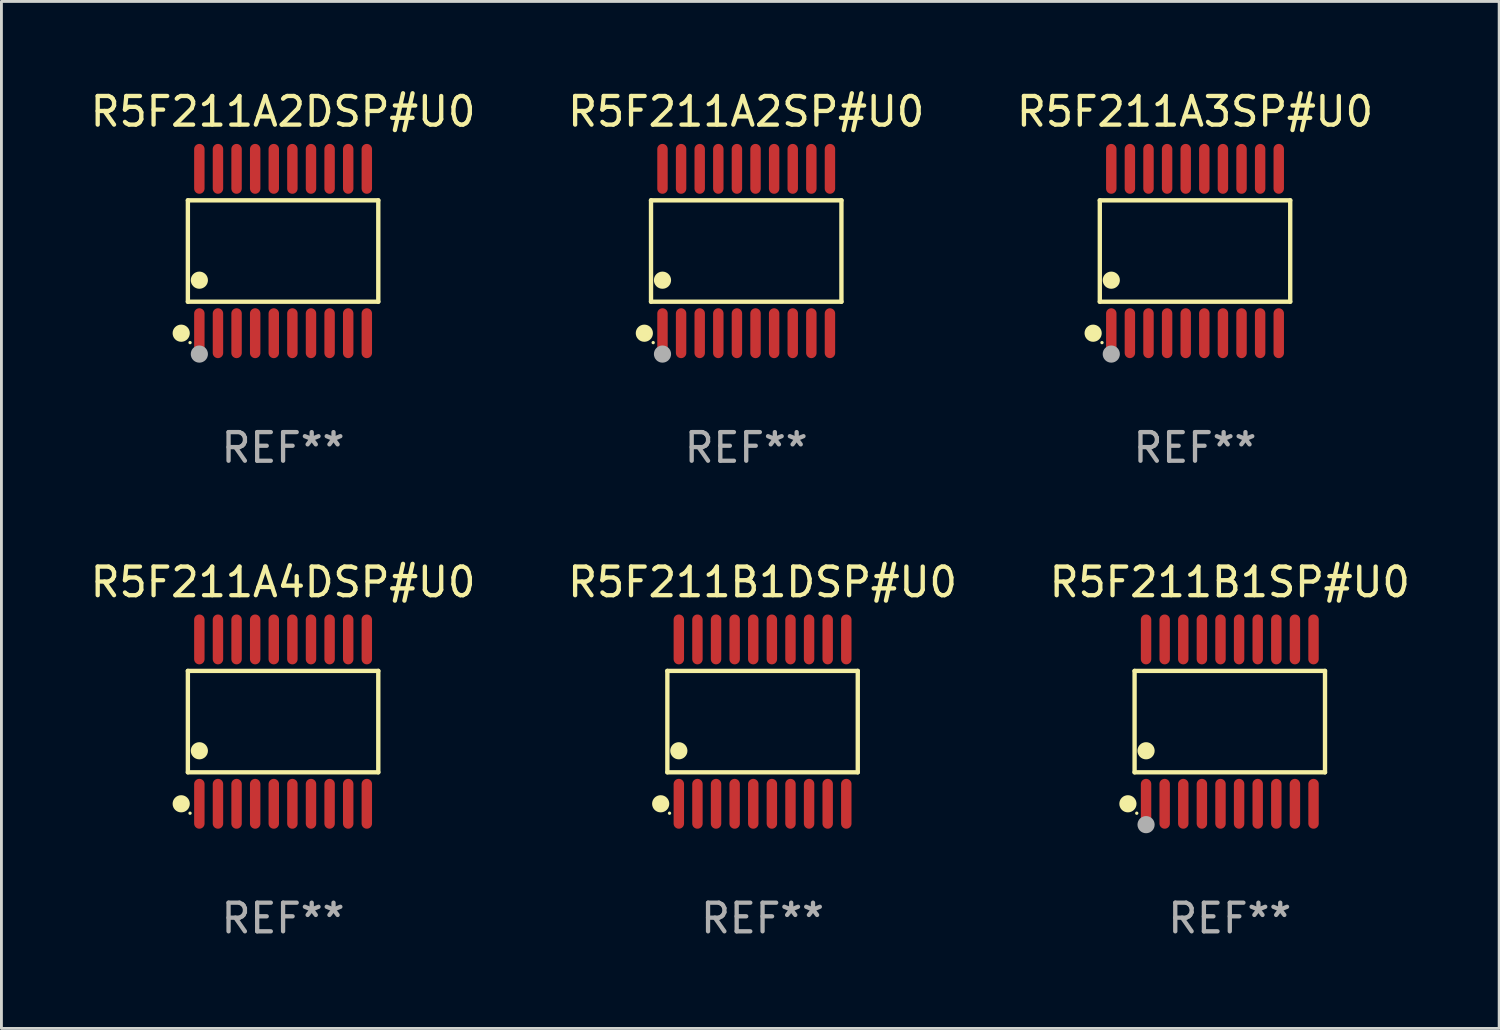
<source format=kicad_pcb>
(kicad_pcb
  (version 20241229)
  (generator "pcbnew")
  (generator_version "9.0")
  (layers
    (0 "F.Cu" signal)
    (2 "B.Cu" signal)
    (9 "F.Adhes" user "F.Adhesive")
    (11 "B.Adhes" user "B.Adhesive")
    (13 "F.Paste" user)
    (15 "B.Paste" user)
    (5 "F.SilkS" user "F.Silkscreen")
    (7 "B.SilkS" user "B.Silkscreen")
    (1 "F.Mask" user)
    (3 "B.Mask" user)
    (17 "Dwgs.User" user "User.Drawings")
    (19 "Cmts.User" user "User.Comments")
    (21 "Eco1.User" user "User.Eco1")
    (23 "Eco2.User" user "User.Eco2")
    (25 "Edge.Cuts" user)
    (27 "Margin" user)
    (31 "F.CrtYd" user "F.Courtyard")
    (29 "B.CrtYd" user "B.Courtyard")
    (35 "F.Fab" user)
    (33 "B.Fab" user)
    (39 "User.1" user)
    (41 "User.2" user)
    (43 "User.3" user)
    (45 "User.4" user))
  (footprint "R5F211A4DSP#U0"
    (layer "F.Cu")
    (at 6.839 22.158)
    (property "Reference" "R5F211A4DSP#U0" (at 0 -4.871 0) (layer "F.SilkS") (effects (font (size 1 1) (thickness 0.15))))
    (attr through_hole)
    (fp_line (start -3.326 -1.771) (end 3.326 -1.771) (stroke (width 0.152) (type solid)) (layer "F.SilkS"))
    (fp_line (start -3.326 1.771) (end -3.326 -1.771) (stroke (width 0.152) (type solid)) (layer "F.SilkS"))
    (fp_line (start 3.326 -1.771) (end 3.326 1.771) (stroke (width 0.152) (type solid)) (layer "F.SilkS"))
    (fp_line (start 3.326 1.771) (end -3.326 1.771) (stroke (width 0.152) (type solid)) (layer "F.SilkS"))
    (fp_circle (center -3.559 2.871) (end -3.409 2.871) (stroke (width 0.3) (type solid)) (fill no) (layer "F.SilkS"))
    (fp_circle (center -3.25 3.2) (end -3.22 3.2) (stroke (width 0.06) (type solid)) (fill no) (layer "F.SilkS"))
    (fp_circle (center -2.925 1.019) (end -2.775 1.019) (stroke (width 0.3) (type solid)) (fill no) (layer "F.SilkS"))
    (fp_text user "REF**" (at 0 6.871 0) (layer "F.Fab") (effects (font (size 1 1) (thickness 0.15))))
    (pad "1" smd oval (at -2.925 2.871) (size 0.364 1.742) (layers "F.Cu" "F.Mask" "F.Paste"))
    (pad "2" smd oval (at -2.275 2.871) (size 0.364 1.742) (layers "F.Cu" "F.Mask" "F.Paste"))
    (pad "3" smd oval (at -1.625 2.871) (size 0.364 1.742) (layers "F.Cu" "F.Mask" "F.Paste"))
    (pad "4" smd oval (at -0.975 2.871) (size 0.364 1.742) (layers "F.Cu" "F.Mask" "F.Paste"))
    (pad "5" smd oval (at -0.325 2.871) (size 0.364 1.742) (layers "F.Cu" "F.Mask" "F.Paste"))
    (pad "6" smd oval (at 0.325 2.871) (size 0.364 1.742) (layers "F.Cu" "F.Mask" "F.Paste"))
    (pad "7" smd oval (at 0.975 2.871) (size 0.364 1.742) (layers "F.Cu" "F.Mask" "F.Paste"))
    (pad "8" smd oval (at 1.625 2.871) (size 0.364 1.742) (layers "F.Cu" "F.Mask" "F.Paste"))
    (pad "9" smd oval (at 2.275 2.871) (size 0.364 1.742) (layers "F.Cu" "F.Mask" "F.Paste"))
    (pad "10" smd oval (at 2.925 2.871) (size 0.364 1.742) (layers "F.Cu" "F.Mask" "F.Paste"))
    (pad "11" smd oval (at 2.925 -2.871) (size 0.364 1.742) (layers "F.Cu" "F.Mask" "F.Paste"))
    (pad "12" smd oval (at 2.275 -2.871) (size 0.364 1.742) (layers "F.Cu" "F.Mask" "F.Paste"))
    (pad "13" smd oval (at 1.625 -2.871) (size 0.364 1.742) (layers "F.Cu" "F.Mask" "F.Paste"))
    (pad "14" smd oval (at 0.975 -2.871) (size 0.364 1.742) (layers "F.Cu" "F.Mask" "F.Paste"))
    (pad "15" smd oval (at 0.325 -2.871) (size 0.364 1.742) (layers "F.Cu" "F.Mask" "F.Paste"))
    (pad "16" smd oval (at -0.325 -2.871) (size 0.364 1.742) (layers "F.Cu" "F.Mask" "F.Paste"))
    (pad "17" smd oval (at -0.975 -2.871) (size 0.364 1.742) (layers "F.Cu" "F.Mask" "F.Paste"))
    (pad "18" smd oval (at -1.625 -2.871) (size 0.364 1.742) (layers "F.Cu" "F.Mask" "F.Paste"))
    (pad "19" smd oval (at -2.275 -2.871) (size 0.364 1.742) (layers "F.Cu" "F.Mask" "F.Paste"))
    (pad "20" smd oval (at -2.925 -2.871) (size 0.364 1.742) (layers "F.Cu" "F.Mask" "F.Paste")))
  (footprint "R5F211B1DSP#U0"
    (layer "F.Cu")
    (at 23.589 22.158)
    (property "Reference" "R5F211B1DSP#U0" (at 0 -4.871 0) (layer "F.SilkS") (effects (font (size 1 1) (thickness 0.15))))
    (attr through_hole)
    (fp_line (start -3.326 -1.771) (end 3.326 -1.771) (stroke (width 0.152) (type solid)) (layer "F.SilkS"))
    (fp_line (start -3.326 1.771) (end -3.326 -1.771) (stroke (width 0.152) (type solid)) (layer "F.SilkS"))
    (fp_line (start 3.326 -1.771) (end 3.326 1.771) (stroke (width 0.152) (type solid)) (layer "F.SilkS"))
    (fp_line (start 3.326 1.771) (end -3.326 1.771) (stroke (width 0.152) (type solid)) (layer "F.SilkS"))
    (fp_circle (center -3.559 2.871) (end -3.409 2.871) (stroke (width 0.3) (type solid)) (fill no) (layer "F.SilkS"))
    (fp_circle (center -3.25 3.2) (end -3.22 3.2) (stroke (width 0.06) (type solid)) (fill no) (layer "F.SilkS"))
    (fp_circle (center -2.925 1.019) (end -2.775 1.019) (stroke (width 0.3) (type solid)) (fill no) (layer "F.SilkS"))
    (fp_text user "REF**" (at 0 6.871 0) (layer "F.Fab") (effects (font (size 1 1) (thickness 0.15))))
    (pad "1" smd oval (at -2.925 2.871) (size 0.364 1.742) (layers "F.Cu" "F.Mask" "F.Paste"))
    (pad "2" smd oval (at -2.275 2.871) (size 0.364 1.742) (layers "F.Cu" "F.Mask" "F.Paste"))
    (pad "3" smd oval (at -1.625 2.871) (size 0.364 1.742) (layers "F.Cu" "F.Mask" "F.Paste"))
    (pad "4" smd oval (at -0.975 2.871) (size 0.364 1.742) (layers "F.Cu" "F.Mask" "F.Paste"))
    (pad "5" smd oval (at -0.325 2.871) (size 0.364 1.742) (layers "F.Cu" "F.Mask" "F.Paste"))
    (pad "6" smd oval (at 0.325 2.871) (size 0.364 1.742) (layers "F.Cu" "F.Mask" "F.Paste"))
    (pad "7" smd oval (at 0.975 2.871) (size 0.364 1.742) (layers "F.Cu" "F.Mask" "F.Paste"))
    (pad "8" smd oval (at 1.625 2.871) (size 0.364 1.742) (layers "F.Cu" "F.Mask" "F.Paste"))
    (pad "9" smd oval (at 2.275 2.871) (size 0.364 1.742) (layers "F.Cu" "F.Mask" "F.Paste"))
    (pad "10" smd oval (at 2.925 2.871) (size 0.364 1.742) (layers "F.Cu" "F.Mask" "F.Paste"))
    (pad "11" smd oval (at 2.925 -2.871) (size 0.364 1.742) (layers "F.Cu" "F.Mask" "F.Paste"))
    (pad "12" smd oval (at 2.275 -2.871) (size 0.364 1.742) (layers "F.Cu" "F.Mask" "F.Paste"))
    (pad "13" smd oval (at 1.625 -2.871) (size 0.364 1.742) (layers "F.Cu" "F.Mask" "F.Paste"))
    (pad "14" smd oval (at 0.975 -2.871) (size 0.364 1.742) (layers "F.Cu" "F.Mask" "F.Paste"))
    (pad "15" smd oval (at 0.325 -2.871) (size 0.364 1.742) (layers "F.Cu" "F.Mask" "F.Paste"))
    (pad "16" smd oval (at -0.325 -2.871) (size 0.364 1.742) (layers "F.Cu" "F.Mask" "F.Paste"))
    (pad "17" smd oval (at -0.975 -2.871) (size 0.364 1.742) (layers "F.Cu" "F.Mask" "F.Paste"))
    (pad "18" smd oval (at -1.625 -2.871) (size 0.364 1.742) (layers "F.Cu" "F.Mask" "F.Paste"))
    (pad "19" smd oval (at -2.275 -2.871) (size 0.364 1.742) (layers "F.Cu" "F.Mask" "F.Paste"))
    (pad "20" smd oval (at -2.925 -2.871) (size 0.364 1.742) (layers "F.Cu" "F.Mask" "F.Paste")))
  (footprint "R5F211B1SP#U0"
    (layer "F.Cu")
    (at 39.911 22.158)
    (property "Reference" "R5F211B1SP#U0" (at 0 -4.871 0) (layer "F.SilkS") (effects (font (size 1 1) (thickness 0.15))))
    (attr through_hole)
    (fp_line (start -3.326 -1.771) (end 3.326 -1.771) (stroke (width 0.152) (type solid)) (layer "F.SilkS"))
    (fp_line (start -3.326 1.771) (end -3.326 -1.771) (stroke (width 0.152) (type solid)) (layer "F.SilkS"))
    (fp_line (start 3.326 -1.771) (end 3.326 1.771) (stroke (width 0.152) (type solid)) (layer "F.SilkS"))
    (fp_line (start 3.326 1.771) (end -3.326 1.771) (stroke (width 0.152) (type solid)) (layer "F.SilkS"))
    (fp_circle (center -3.559 2.871) (end -3.409 2.871) (stroke (width 0.3) (type solid)) (fill no) (layer "F.SilkS"))
    (fp_circle (center -3.25 3.2) (end -3.22 3.2) (stroke (width 0.06) (type solid)) (fill no) (layer "F.SilkS"))
    (fp_circle (center -2.925 1.019) (end -2.775 1.019) (stroke (width 0.3) (type solid)) (fill no) (layer "F.SilkS"))
    (fp_circle (center -2.925 3.6) (end -2.775 3.6) (stroke (width 0.3) (type solid)) (fill no) (layer "F.Fab"))
    (fp_text user "REF**" (at 0 6.871 0) (layer "F.Fab") (effects (font (size 1 1) (thickness 0.15))))
    (pad "1" smd oval (at -2.925 2.871) (size 0.364 1.742) (layers "F.Cu" "F.Mask" "F.Paste"))
    (pad "2" smd oval (at -2.275 2.871) (size 0.364 1.742) (layers "F.Cu" "F.Mask" "F.Paste"))
    (pad "3" smd oval (at -1.625 2.871) (size 0.364 1.742) (layers "F.Cu" "F.Mask" "F.Paste"))
    (pad "4" smd oval (at -0.975 2.871) (size 0.364 1.742) (layers "F.Cu" "F.Mask" "F.Paste"))
    (pad "5" smd oval (at -0.325 2.871) (size 0.364 1.742) (layers "F.Cu" "F.Mask" "F.Paste"))
    (pad "6" smd oval (at 0.325 2.871) (size 0.364 1.742) (layers "F.Cu" "F.Mask" "F.Paste"))
    (pad "7" smd oval (at 0.975 2.871) (size 0.364 1.742) (layers "F.Cu" "F.Mask" "F.Paste"))
    (pad "8" smd oval (at 1.625 2.871) (size 0.364 1.742) (layers "F.Cu" "F.Mask" "F.Paste"))
    (pad "9" smd oval (at 2.275 2.871) (size 0.364 1.742) (layers "F.Cu" "F.Mask" "F.Paste"))
    (pad "10" smd oval (at 2.925 2.871) (size 0.364 1.742) (layers "F.Cu" "F.Mask" "F.Paste"))
    (pad "11" smd oval (at 2.925 -2.871) (size 0.364 1.742) (layers "F.Cu" "F.Mask" "F.Paste"))
    (pad "12" smd oval (at 2.275 -2.871) (size 0.364 1.742) (layers "F.Cu" "F.Mask" "F.Paste"))
    (pad "13" smd oval (at 1.625 -2.871) (size 0.364 1.742) (layers "F.Cu" "F.Mask" "F.Paste"))
    (pad "14" smd oval (at 0.975 -2.871) (size 0.364 1.742) (layers "F.Cu" "F.Mask" "F.Paste"))
    (pad "15" smd oval (at 0.325 -2.871) (size 0.364 1.742) (layers "F.Cu" "F.Mask" "F.Paste"))
    (pad "16" smd oval (at -0.325 -2.871) (size 0.364 1.742) (layers "F.Cu" "F.Mask" "F.Paste"))
    (pad "17" smd oval (at -0.975 -2.871) (size 0.364 1.742) (layers "F.Cu" "F.Mask" "F.Paste"))
    (pad "18" smd oval (at -1.625 -2.871) (size 0.364 1.742) (layers "F.Cu" "F.Mask" "F.Paste"))
    (pad "19" smd oval (at -2.275 -2.871) (size 0.364 1.742) (layers "F.Cu" "F.Mask" "F.Paste"))
    (pad "20" smd oval (at -2.925 -2.871) (size 0.364 1.742) (layers "F.Cu" "F.Mask" "F.Paste")))
  (footprint "R5F211A3SP#U0"
    (layer "F.Cu")
    (at 38.696 5.719)
    (property "Reference" "R5F211A3SP#U0" (at 0 -4.871 0) (layer "F.SilkS") (effects (font (size 1 1) (thickness 0.15))))
    (attr through_hole)
    (fp_line (start -3.326 -1.771) (end 3.326 -1.771) (stroke (width 0.152) (type solid)) (layer "F.SilkS"))
    (fp_line (start -3.326 1.771) (end -3.326 -1.771) (stroke (width 0.152) (type solid)) (layer "F.SilkS"))
    (fp_line (start 3.326 -1.771) (end 3.326 1.771) (stroke (width 0.152) (type solid)) (layer "F.SilkS"))
    (fp_line (start 3.326 1.771) (end -3.326 1.771) (stroke (width 0.152) (type solid)) (layer "F.SilkS"))
    (fp_circle (center -3.559 2.871) (end -3.409 2.871) (stroke (width 0.3) (type solid)) (fill no) (layer "F.SilkS"))
    (fp_circle (center -3.25 3.2) (end -3.22 3.2) (stroke (width 0.06) (type solid)) (fill no) (layer "F.SilkS"))
    (fp_circle (center -2.925 1.019) (end -2.775 1.019) (stroke (width 0.3) (type solid)) (fill no) (layer "F.SilkS"))
    (fp_circle (center -2.925 3.6) (end -2.775 3.6) (stroke (width 0.3) (type solid)) (fill no) (layer "F.Fab"))
    (fp_text user "REF**" (at 0 6.871 0) (layer "F.Fab") (effects (font (size 1 1) (thickness 0.15))))
    (pad "1" smd oval (at -2.925 2.871) (size 0.364 1.742) (layers "F.Cu" "F.Mask" "F.Paste"))
    (pad "2" smd oval (at -2.275 2.871) (size 0.364 1.742) (layers "F.Cu" "F.Mask" "F.Paste"))
    (pad "3" smd oval (at -1.625 2.871) (size 0.364 1.742) (layers "F.Cu" "F.Mask" "F.Paste"))
    (pad "4" smd oval (at -0.975 2.871) (size 0.364 1.742) (layers "F.Cu" "F.Mask" "F.Paste"))
    (pad "5" smd oval (at -0.325 2.871) (size 0.364 1.742) (layers "F.Cu" "F.Mask" "F.Paste"))
    (pad "6" smd oval (at 0.325 2.871) (size 0.364 1.742) (layers "F.Cu" "F.Mask" "F.Paste"))
    (pad "7" smd oval (at 0.975 2.871) (size 0.364 1.742) (layers "F.Cu" "F.Mask" "F.Paste"))
    (pad "8" smd oval (at 1.625 2.871) (size 0.364 1.742) (layers "F.Cu" "F.Mask" "F.Paste"))
    (pad "9" smd oval (at 2.275 2.871) (size 0.364 1.742) (layers "F.Cu" "F.Mask" "F.Paste"))
    (pad "10" smd oval (at 2.925 2.871) (size 0.364 1.742) (layers "F.Cu" "F.Mask" "F.Paste"))
    (pad "11" smd oval (at 2.925 -2.871) (size 0.364 1.742) (layers "F.Cu" "F.Mask" "F.Paste"))
    (pad "12" smd oval (at 2.275 -2.871) (size 0.364 1.742) (layers "F.Cu" "F.Mask" "F.Paste"))
    (pad "13" smd oval (at 1.625 -2.871) (size 0.364 1.742) (layers "F.Cu" "F.Mask" "F.Paste"))
    (pad "14" smd oval (at 0.975 -2.871) (size 0.364 1.742) (layers "F.Cu" "F.Mask" "F.Paste"))
    (pad "15" smd oval (at 0.325 -2.871) (size 0.364 1.742) (layers "F.Cu" "F.Mask" "F.Paste"))
    (pad "16" smd oval (at -0.325 -2.871) (size 0.364 1.742) (layers "F.Cu" "F.Mask" "F.Paste"))
    (pad "17" smd oval (at -0.975 -2.871) (size 0.364 1.742) (layers "F.Cu" "F.Mask" "F.Paste"))
    (pad "18" smd oval (at -1.625 -2.871) (size 0.364 1.742) (layers "F.Cu" "F.Mask" "F.Paste"))
    (pad "19" smd oval (at -2.275 -2.871) (size 0.364 1.742) (layers "F.Cu" "F.Mask" "F.Paste"))
    (pad "20" smd oval (at -2.925 -2.871) (size 0.364 1.742) (layers "F.Cu" "F.Mask" "F.Paste")))
  (footprint "R5F211A2SP#U0"
    (layer "F.Cu")
    (at 23.018 5.719)
    (property "Reference" "R5F211A2SP#U0" (at 0 -4.871 0) (layer "F.SilkS") (effects (font (size 1 1) (thickness 0.15))))
    (attr through_hole)
    (fp_line (start -3.326 -1.771) (end 3.326 -1.771) (stroke (width 0.152) (type solid)) (layer "F.SilkS"))
    (fp_line (start -3.326 1.771) (end -3.326 -1.771) (stroke (width 0.152) (type solid)) (layer "F.SilkS"))
    (fp_line (start 3.326 -1.771) (end 3.326 1.771) (stroke (width 0.152) (type solid)) (layer "F.SilkS"))
    (fp_line (start 3.326 1.771) (end -3.326 1.771) (stroke (width 0.152) (type solid)) (layer "F.SilkS"))
    (fp_circle (center -3.559 2.871) (end -3.409 2.871) (stroke (width 0.3) (type solid)) (fill no) (layer "F.SilkS"))
    (fp_circle (center -3.25 3.2) (end -3.22 3.2) (stroke (width 0.06) (type solid)) (fill no) (layer "F.SilkS"))
    (fp_circle (center -2.925 1.019) (end -2.775 1.019) (stroke (width 0.3) (type solid)) (fill no) (layer "F.SilkS"))
    (fp_circle (center -2.925 3.6) (end -2.775 3.6) (stroke (width 0.3) (type solid)) (fill no) (layer "F.Fab"))
    (fp_text user "REF**" (at 0 6.871 0) (layer "F.Fab") (effects (font (size 1 1) (thickness 0.15))))
    (pad "1" smd oval (at -2.925 2.871) (size 0.364 1.742) (layers "F.Cu" "F.Mask" "F.Paste"))
    (pad "2" smd oval (at -2.275 2.871) (size 0.364 1.742) (layers "F.Cu" "F.Mask" "F.Paste"))
    (pad "3" smd oval (at -1.625 2.871) (size 0.364 1.742) (layers "F.Cu" "F.Mask" "F.Paste"))
    (pad "4" smd oval (at -0.975 2.871) (size 0.364 1.742) (layers "F.Cu" "F.Mask" "F.Paste"))
    (pad "5" smd oval (at -0.325 2.871) (size 0.364 1.742) (layers "F.Cu" "F.Mask" "F.Paste"))
    (pad "6" smd oval (at 0.325 2.871) (size 0.364 1.742) (layers "F.Cu" "F.Mask" "F.Paste"))
    (pad "7" smd oval (at 0.975 2.871) (size 0.364 1.742) (layers "F.Cu" "F.Mask" "F.Paste"))
    (pad "8" smd oval (at 1.625 2.871) (size 0.364 1.742) (layers "F.Cu" "F.Mask" "F.Paste"))
    (pad "9" smd oval (at 2.275 2.871) (size 0.364 1.742) (layers "F.Cu" "F.Mask" "F.Paste"))
    (pad "10" smd oval (at 2.925 2.871) (size 0.364 1.742) (layers "F.Cu" "F.Mask" "F.Paste"))
    (pad "11" smd oval (at 2.925 -2.871) (size 0.364 1.742) (layers "F.Cu" "F.Mask" "F.Paste"))
    (pad "12" smd oval (at 2.275 -2.871) (size 0.364 1.742) (layers "F.Cu" "F.Mask" "F.Paste"))
    (pad "13" smd oval (at 1.625 -2.871) (size 0.364 1.742) (layers "F.Cu" "F.Mask" "F.Paste"))
    (pad "14" smd oval (at 0.975 -2.871) (size 0.364 1.742) (layers "F.Cu" "F.Mask" "F.Paste"))
    (pad "15" smd oval (at 0.325 -2.871) (size 0.364 1.742) (layers "F.Cu" "F.Mask" "F.Paste"))
    (pad "16" smd oval (at -0.325 -2.871) (size 0.364 1.742) (layers "F.Cu" "F.Mask" "F.Paste"))
    (pad "17" smd oval (at -0.975 -2.871) (size 0.364 1.742) (layers "F.Cu" "F.Mask" "F.Paste"))
    (pad "18" smd oval (at -1.625 -2.871) (size 0.364 1.742) (layers "F.Cu" "F.Mask" "F.Paste"))
    (pad "19" smd oval (at -2.275 -2.871) (size 0.364 1.742) (layers "F.Cu" "F.Mask" "F.Paste"))
    (pad "20" smd oval (at -2.925 -2.871) (size 0.364 1.742) (layers "F.Cu" "F.Mask" "F.Paste")))
  (footprint "R5F211A2DSP#U0"
    (layer "F.Cu")
    (at 6.839 5.719)
    (property "Reference" "R5F211A2DSP#U0" (at 0 -4.871 0) (layer "F.SilkS") (effects (font (size 1 1) (thickness 0.15))))
    (attr through_hole)
    (fp_line (start -3.326 -1.771) (end 3.326 -1.771) (stroke (width 0.152) (type solid)) (layer "F.SilkS"))
    (fp_line (start -3.326 1.771) (end -3.326 -1.771) (stroke (width 0.152) (type solid)) (layer "F.SilkS"))
    (fp_line (start 3.326 -1.771) (end 3.326 1.771) (stroke (width 0.152) (type solid)) (layer "F.SilkS"))
    (fp_line (start 3.326 1.771) (end -3.326 1.771) (stroke (width 0.152) (type solid)) (layer "F.SilkS"))
    (fp_circle (center -3.559 2.871) (end -3.409 2.871) (stroke (width 0.3) (type solid)) (fill no) (layer "F.SilkS"))
    (fp_circle (center -3.25 3.2) (end -3.22 3.2) (stroke (width 0.06) (type solid)) (fill no) (layer "F.SilkS"))
    (fp_circle (center -2.925 1.019) (end -2.775 1.019) (stroke (width 0.3) (type solid)) (fill no) (layer "F.SilkS"))
    (fp_circle (center -2.925 3.6) (end -2.775 3.6) (stroke (width 0.3) (type solid)) (fill no) (layer "F.Fab"))
    (fp_text user "REF**" (at 0 6.871 0) (layer "F.Fab") (effects (font (size 1 1) (thickness 0.15))))
    (pad "1" smd oval (at -2.925 2.871) (size 0.364 1.742) (layers "F.Cu" "F.Mask" "F.Paste"))
    (pad "2" smd oval (at -2.275 2.871) (size 0.364 1.742) (layers "F.Cu" "F.Mask" "F.Paste"))
    (pad "3" smd oval (at -1.625 2.871) (size 0.364 1.742) (layers "F.Cu" "F.Mask" "F.Paste"))
    (pad "4" smd oval (at -0.975 2.871) (size 0.364 1.742) (layers "F.Cu" "F.Mask" "F.Paste"))
    (pad "5" smd oval (at -0.325 2.871) (size 0.364 1.742) (layers "F.Cu" "F.Mask" "F.Paste"))
    (pad "6" smd oval (at 0.325 2.871) (size 0.364 1.742) (layers "F.Cu" "F.Mask" "F.Paste"))
    (pad "7" smd oval (at 0.975 2.871) (size 0.364 1.742) (layers "F.Cu" "F.Mask" "F.Paste"))
    (pad "8" smd oval (at 1.625 2.871) (size 0.364 1.742) (layers "F.Cu" "F.Mask" "F.Paste"))
    (pad "9" smd oval (at 2.275 2.871) (size 0.364 1.742) (layers "F.Cu" "F.Mask" "F.Paste"))
    (pad "10" smd oval (at 2.925 2.871) (size 0.364 1.742) (layers "F.Cu" "F.Mask" "F.Paste"))
    (pad "11" smd oval (at 2.925 -2.871) (size 0.364 1.742) (layers "F.Cu" "F.Mask" "F.Paste"))
    (pad "12" smd oval (at 2.275 -2.871) (size 0.364 1.742) (layers "F.Cu" "F.Mask" "F.Paste"))
    (pad "13" smd oval (at 1.625 -2.871) (size 0.364 1.742) (layers "F.Cu" "F.Mask" "F.Paste"))
    (pad "14" smd oval (at 0.975 -2.871) (size 0.364 1.742) (layers "F.Cu" "F.Mask" "F.Paste"))
    (pad "15" smd oval (at 0.325 -2.871) (size 0.364 1.742) (layers "F.Cu" "F.Mask" "F.Paste"))
    (pad "16" smd oval (at -0.325 -2.871) (size 0.364 1.742) (layers "F.Cu" "F.Mask" "F.Paste"))
    (pad "17" smd oval (at -0.975 -2.871) (size 0.364 1.742) (layers "F.Cu" "F.Mask" "F.Paste"))
    (pad "18" smd oval (at -1.625 -2.871) (size 0.364 1.742) (layers "F.Cu" "F.Mask" "F.Paste"))
    (pad "19" smd oval (at -2.275 -2.871) (size 0.364 1.742) (layers "F.Cu" "F.Mask" "F.Paste"))
    (pad "20" smd oval (at -2.925 -2.871) (size 0.364 1.742) (layers "F.Cu" "F.Mask" "F.Paste")))
  (gr_rect
    (start -3 -3)
    (end 49.321 32.877)
    (stroke (width 0.1) (type default))
    (fill no)
    (layer "Edge.Cuts")))
</source>
